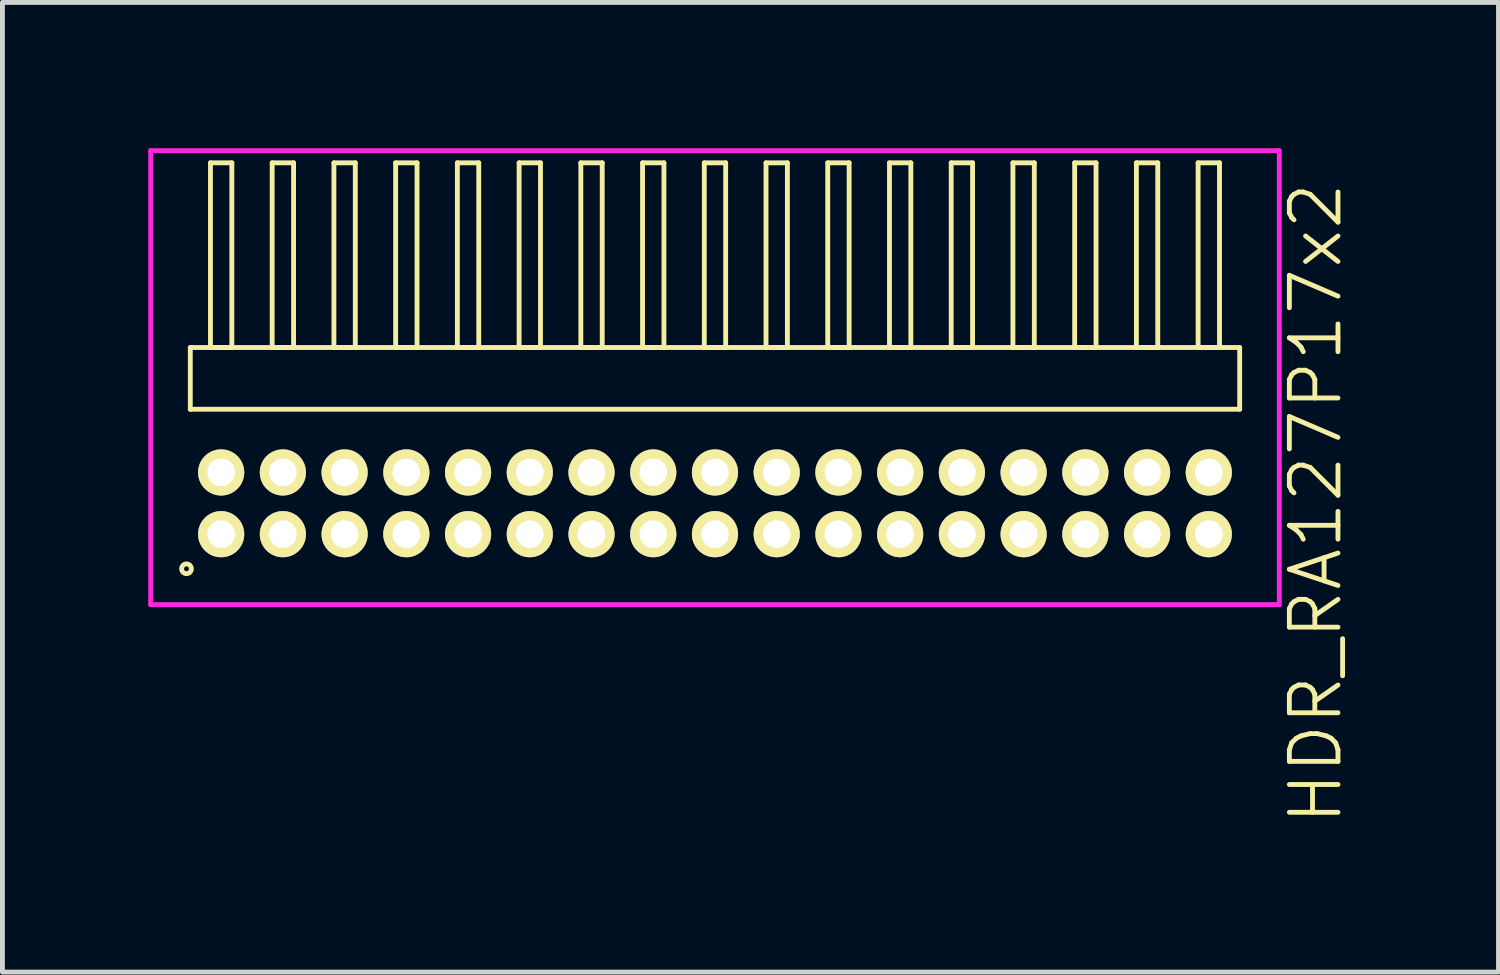
<source format=kicad_pcb>
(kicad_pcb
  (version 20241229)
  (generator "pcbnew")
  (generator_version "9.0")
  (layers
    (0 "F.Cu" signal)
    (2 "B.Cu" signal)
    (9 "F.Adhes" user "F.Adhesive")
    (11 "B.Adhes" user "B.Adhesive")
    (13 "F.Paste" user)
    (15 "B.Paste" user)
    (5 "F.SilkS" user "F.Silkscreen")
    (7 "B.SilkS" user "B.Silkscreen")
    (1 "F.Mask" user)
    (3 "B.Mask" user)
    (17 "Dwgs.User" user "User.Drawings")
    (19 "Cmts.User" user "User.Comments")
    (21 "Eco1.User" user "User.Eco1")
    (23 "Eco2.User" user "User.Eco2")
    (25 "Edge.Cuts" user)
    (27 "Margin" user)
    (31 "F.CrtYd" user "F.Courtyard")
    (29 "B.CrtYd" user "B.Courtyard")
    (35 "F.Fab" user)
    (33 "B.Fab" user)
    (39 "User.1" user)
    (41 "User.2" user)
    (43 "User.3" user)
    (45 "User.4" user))
  (footprint "HDR_RA127P17x2"
    (layer "F.Cu")
    (at 11.66 7.305)
    (property "Reference" "HDR_RA127P17x2" (at 12.36 0 90) (layer "F.SilkS") (effects (font (size 1 1) (thickness 0.1))))
    (attr through_hole)
    (fp_line (start -10.795 -3.205) (end -10.795 -1.935) (stroke (width 0.1) (type solid)) (layer "F.SilkS"))
    (fp_line (start -10.795 -1.935) (end 10.795 -1.935) (stroke (width 0.1) (type solid)) (layer "F.SilkS"))
    (fp_line (start -10.38 -7.005) (end -10.38 -3.205) (stroke (width 0.1) (type solid)) (layer "F.SilkS"))
    (fp_line (start -10.38 -3.205) (end -9.94 -3.205) (stroke (width 0.1) (type solid)) (layer "F.SilkS"))
    (fp_line (start -9.94 -7.005) (end -10.38 -7.005) (stroke (width 0.1) (type solid)) (layer "F.SilkS"))
    (fp_line (start -9.94 -3.205) (end -9.94 -7.005) (stroke (width 0.1) (type solid)) (layer "F.SilkS"))
    (fp_line (start -9.11 -7.005) (end -9.11 -3.205) (stroke (width 0.1) (type solid)) (layer "F.SilkS"))
    (fp_line (start -9.11 -3.205) (end -8.67 -3.205) (stroke (width 0.1) (type solid)) (layer "F.SilkS"))
    (fp_line (start -8.67 -7.005) (end -9.11 -7.005) (stroke (width 0.1) (type solid)) (layer "F.SilkS"))
    (fp_line (start -8.67 -3.205) (end -8.67 -7.005) (stroke (width 0.1) (type solid)) (layer "F.SilkS"))
    (fp_line (start -7.84 -7.005) (end -7.84 -3.205) (stroke (width 0.1) (type solid)) (layer "F.SilkS"))
    (fp_line (start -7.84 -3.205) (end -7.4 -3.205) (stroke (width 0.1) (type solid)) (layer "F.SilkS"))
    (fp_line (start -7.4 -7.005) (end -7.84 -7.005) (stroke (width 0.1) (type solid)) (layer "F.SilkS"))
    (fp_line (start -7.4 -3.205) (end -7.4 -7.005) (stroke (width 0.1) (type solid)) (layer "F.SilkS"))
    (fp_line (start -6.57 -7.005) (end -6.57 -3.205) (stroke (width 0.1) (type solid)) (layer "F.SilkS"))
    (fp_line (start -6.57 -3.205) (end -6.13 -3.205) (stroke (width 0.1) (type solid)) (layer "F.SilkS"))
    (fp_line (start -6.13 -7.005) (end -6.57 -7.005) (stroke (width 0.1) (type solid)) (layer "F.SilkS"))
    (fp_line (start -6.13 -3.205) (end -6.13 -7.005) (stroke (width 0.1) (type solid)) (layer "F.SilkS"))
    (fp_line (start -5.3 -7.005) (end -5.3 -3.205) (stroke (width 0.1) (type solid)) (layer "F.SilkS"))
    (fp_line (start -5.3 -3.205) (end -4.86 -3.205) (stroke (width 0.1) (type solid)) (layer "F.SilkS"))
    (fp_line (start -4.86 -7.005) (end -5.3 -7.005) (stroke (width 0.1) (type solid)) (layer "F.SilkS"))
    (fp_line (start -4.86 -3.205) (end -4.86 -7.005) (stroke (width 0.1) (type solid)) (layer "F.SilkS"))
    (fp_line (start -4.03 -7.005) (end -4.03 -3.205) (stroke (width 0.1) (type solid)) (layer "F.SilkS"))
    (fp_line (start -4.03 -3.205) (end -3.59 -3.205) (stroke (width 0.1) (type solid)) (layer "F.SilkS"))
    (fp_line (start -3.59 -7.005) (end -4.03 -7.005) (stroke (width 0.1) (type solid)) (layer "F.SilkS"))
    (fp_line (start -3.59 -3.205) (end -3.59 -7.005) (stroke (width 0.1) (type solid)) (layer "F.SilkS"))
    (fp_line (start -2.76 -7.005) (end -2.76 -3.205) (stroke (width 0.1) (type solid)) (layer "F.SilkS"))
    (fp_line (start -2.76 -3.205) (end -2.32 -3.205) (stroke (width 0.1) (type solid)) (layer "F.SilkS"))
    (fp_line (start -2.32 -7.005) (end -2.76 -7.005) (stroke (width 0.1) (type solid)) (layer "F.SilkS"))
    (fp_line (start -2.32 -3.205) (end -2.32 -7.005) (stroke (width 0.1) (type solid)) (layer "F.SilkS"))
    (fp_line (start -1.49 -7.005) (end -1.49 -3.205) (stroke (width 0.1) (type solid)) (layer "F.SilkS"))
    (fp_line (start -1.49 -3.205) (end -1.05 -3.205) (stroke (width 0.1) (type solid)) (layer "F.SilkS"))
    (fp_line (start -1.05 -7.005) (end -1.49 -7.005) (stroke (width 0.1) (type solid)) (layer "F.SilkS"))
    (fp_line (start -1.05 -3.205) (end -1.05 -7.005) (stroke (width 0.1) (type solid)) (layer "F.SilkS"))
    (fp_line (start -0.22 -7.005) (end -0.22 -3.205) (stroke (width 0.1) (type solid)) (layer "F.SilkS"))
    (fp_line (start -0.22 -3.205) (end 0.22 -3.205) (stroke (width 0.1) (type solid)) (layer "F.SilkS"))
    (fp_line (start 0.22 -7.005) (end -0.22 -7.005) (stroke (width 0.1) (type solid)) (layer "F.SilkS"))
    (fp_line (start 0.22 -3.205) (end 0.22 -7.005) (stroke (width 0.1) (type solid)) (layer "F.SilkS"))
    (fp_line (start 1.05 -7.005) (end 1.05 -3.205) (stroke (width 0.1) (type solid)) (layer "F.SilkS"))
    (fp_line (start 1.05 -3.205) (end 1.49 -3.205) (stroke (width 0.1) (type solid)) (layer "F.SilkS"))
    (fp_line (start 1.49 -7.005) (end 1.05 -7.005) (stroke (width 0.1) (type solid)) (layer "F.SilkS"))
    (fp_line (start 1.49 -3.205) (end 1.49 -7.005) (stroke (width 0.1) (type solid)) (layer "F.SilkS"))
    (fp_line (start 2.32 -7.005) (end 2.32 -3.205) (stroke (width 0.1) (type solid)) (layer "F.SilkS"))
    (fp_line (start 2.32 -3.205) (end 2.76 -3.205) (stroke (width 0.1) (type solid)) (layer "F.SilkS"))
    (fp_line (start 2.76 -7.005) (end 2.32 -7.005) (stroke (width 0.1) (type solid)) (layer "F.SilkS"))
    (fp_line (start 2.76 -3.205) (end 2.76 -7.005) (stroke (width 0.1) (type solid)) (layer "F.SilkS"))
    (fp_line (start 3.59 -7.005) (end 3.59 -3.205) (stroke (width 0.1) (type solid)) (layer "F.SilkS"))
    (fp_line (start 3.59 -3.205) (end 4.03 -3.205) (stroke (width 0.1) (type solid)) (layer "F.SilkS"))
    (fp_line (start 4.03 -7.005) (end 3.59 -7.005) (stroke (width 0.1) (type solid)) (layer "F.SilkS"))
    (fp_line (start 4.03 -3.205) (end 4.03 -7.005) (stroke (width 0.1) (type solid)) (layer "F.SilkS"))
    (fp_line (start 4.86 -7.005) (end 4.86 -3.205) (stroke (width 0.1) (type solid)) (layer "F.SilkS"))
    (fp_line (start 4.86 -3.205) (end 5.3 -3.205) (stroke (width 0.1) (type solid)) (layer "F.SilkS"))
    (fp_line (start 5.3 -7.005) (end 4.86 -7.005) (stroke (width 0.1) (type solid)) (layer "F.SilkS"))
    (fp_line (start 5.3 -3.205) (end 5.3 -7.005) (stroke (width 0.1) (type solid)) (layer "F.SilkS"))
    (fp_line (start 6.13 -7.005) (end 6.13 -3.205) (stroke (width 0.1) (type solid)) (layer "F.SilkS"))
    (fp_line (start 6.13 -3.205) (end 6.57 -3.205) (stroke (width 0.1) (type solid)) (layer "F.SilkS"))
    (fp_line (start 6.57 -7.005) (end 6.13 -7.005) (stroke (width 0.1) (type solid)) (layer "F.SilkS"))
    (fp_line (start 6.57 -3.205) (end 6.57 -7.005) (stroke (width 0.1) (type solid)) (layer "F.SilkS"))
    (fp_line (start 7.4 -7.005) (end 7.4 -3.205) (stroke (width 0.1) (type solid)) (layer "F.SilkS"))
    (fp_line (start 7.4 -3.205) (end 7.84 -3.205) (stroke (width 0.1) (type solid)) (layer "F.SilkS"))
    (fp_line (start 7.84 -7.005) (end 7.4 -7.005) (stroke (width 0.1) (type solid)) (layer "F.SilkS"))
    (fp_line (start 7.84 -3.205) (end 7.84 -7.005) (stroke (width 0.1) (type solid)) (layer "F.SilkS"))
    (fp_line (start 8.67 -7.005) (end 8.67 -3.205) (stroke (width 0.1) (type solid)) (layer "F.SilkS"))
    (fp_line (start 8.67 -3.205) (end 9.11 -3.205) (stroke (width 0.1) (type solid)) (layer "F.SilkS"))
    (fp_line (start 9.11 -7.005) (end 8.67 -7.005) (stroke (width 0.1) (type solid)) (layer "F.SilkS"))
    (fp_line (start 9.11 -3.205) (end 9.11 -7.005) (stroke (width 0.1) (type solid)) (layer "F.SilkS"))
    (fp_line (start 9.94 -7.005) (end 9.94 -3.205) (stroke (width 0.1) (type solid)) (layer "F.SilkS"))
    (fp_line (start 9.94 -3.205) (end 10.38 -3.205) (stroke (width 0.1) (type solid)) (layer "F.SilkS"))
    (fp_line (start 10.38 -7.005) (end 9.94 -7.005) (stroke (width 0.1) (type solid)) (layer "F.SilkS"))
    (fp_line (start 10.38 -3.205) (end 10.38 -7.005) (stroke (width 0.1) (type solid)) (layer "F.SilkS"))
    (fp_line (start 10.795 -3.205) (end -10.795 -3.205) (stroke (width 0.1) (type solid)) (layer "F.SilkS"))
    (fp_line (start 10.795 -1.935) (end 10.795 -3.205) (stroke (width 0.1) (type solid)) (layer "F.SilkS"))
    (fp_circle (center -10.873 1.347) (end -10.773 1.347) (stroke (width 0.1) (type solid)) (fill no) (layer "F.SilkS"))
    (fp_line (start -11.61 -7.255) (end -11.61 2.085) (stroke (width 0.1) (type solid)) (layer "F.CrtYd"))
    (fp_line (start -11.61 2.085) (end 11.61 2.085) (stroke (width 0.1) (type solid)) (layer "F.CrtYd"))
    (fp_line (start 11.61 -7.255) (end -11.61 -7.255) (stroke (width 0.1) (type solid)) (layer "F.CrtYd"))
    (fp_line (start 11.61 2.085) (end 11.61 -7.255) (stroke (width 0.1) (type solid)) (layer "F.CrtYd"))
    (pad "1" thru_hole oval (at -10.16 0.635) (size 0.95 0.95) (drill 0.57) (layers "*.Cu" "*.Mask" "F.SilkS"))
    (pad "2" thru_hole oval (at -10.16 -0.635) (size 0.95 0.95) (drill 0.57) (layers "*.Cu" "*.Mask" "F.SilkS"))
    (pad "3" thru_hole oval (at -8.89 0.635) (size 0.95 0.95) (drill 0.57) (layers "*.Cu" "*.Mask" "F.SilkS"))
    (pad "4" thru_hole oval (at -8.89 -0.635) (size 0.95 0.95) (drill 0.57) (layers "*.Cu" "*.Mask" "F.SilkS"))
    (pad "5" thru_hole oval (at -7.62 0.635) (size 0.95 0.95) (drill 0.57) (layers "*.Cu" "*.Mask" "F.SilkS"))
    (pad "6" thru_hole oval (at -7.62 -0.635) (size 0.95 0.95) (drill 0.57) (layers "*.Cu" "*.Mask" "F.SilkS"))
    (pad "7" thru_hole oval (at -6.35 0.635) (size 0.95 0.95) (drill 0.57) (layers "*.Cu" "*.Mask" "F.SilkS"))
    (pad "8" thru_hole oval (at -6.35 -0.635) (size 0.95 0.95) (drill 0.57) (layers "*.Cu" "*.Mask" "F.SilkS"))
    (pad "9" thru_hole oval (at -5.08 0.635) (size 0.95 0.95) (drill 0.57) (layers "*.Cu" "*.Mask" "F.SilkS"))
    (pad "10" thru_hole oval (at -5.08 -0.635) (size 0.95 0.95) (drill 0.57) (layers "*.Cu" "*.Mask" "F.SilkS"))
    (pad "11" thru_hole oval (at -3.81 0.635) (size 0.95 0.95) (drill 0.57) (layers "*.Cu" "*.Mask" "F.SilkS"))
    (pad "12" thru_hole oval (at -3.81 -0.635) (size 0.95 0.95) (drill 0.57) (layers "*.Cu" "*.Mask" "F.SilkS"))
    (pad "13" thru_hole oval (at -2.54 0.635) (size 0.95 0.95) (drill 0.57) (layers "*.Cu" "*.Mask" "F.SilkS"))
    (pad "14" thru_hole oval (at -2.54 -0.635) (size 0.95 0.95) (drill 0.57) (layers "*.Cu" "*.Mask" "F.SilkS"))
    (pad "15" thru_hole oval (at -1.27 0.635) (size 0.95 0.95) (drill 0.57) (layers "*.Cu" "*.Mask" "F.SilkS"))
    (pad "16" thru_hole oval (at -1.27 -0.635) (size 0.95 0.95) (drill 0.57) (layers "*.Cu" "*.Mask" "F.SilkS"))
    (pad "17" thru_hole oval (at 0 0.635) (size 0.95 0.95) (drill 0.57) (layers "*.Cu" "*.Mask" "F.SilkS"))
    (pad "18" thru_hole oval (at 0 -0.635) (size 0.95 0.95) (drill 0.57) (layers "*.Cu" "*.Mask" "F.SilkS"))
    (pad "19" thru_hole oval (at 1.27 0.635) (size 0.95 0.95) (drill 0.57) (layers "*.Cu" "*.Mask" "F.SilkS"))
    (pad "20" thru_hole oval (at 1.27 -0.635) (size 0.95 0.95) (drill 0.57) (layers "*.Cu" "*.Mask" "F.SilkS"))
    (pad "21" thru_hole oval (at 2.54 0.635) (size 0.95 0.95) (drill 0.57) (layers "*.Cu" "*.Mask" "F.SilkS"))
    (pad "22" thru_hole oval (at 2.54 -0.635) (size 0.95 0.95) (drill 0.57) (layers "*.Cu" "*.Mask" "F.SilkS"))
    (pad "23" thru_hole oval (at 3.81 0.635) (size 0.95 0.95) (drill 0.57) (layers "*.Cu" "*.Mask" "F.SilkS"))
    (pad "24" thru_hole oval (at 3.81 -0.635) (size 0.95 0.95) (drill 0.57) (layers "*.Cu" "*.Mask" "F.SilkS"))
    (pad "25" thru_hole oval (at 5.08 0.635) (size 0.95 0.95) (drill 0.57) (layers "*.Cu" "*.Mask" "F.SilkS"))
    (pad "26" thru_hole oval (at 5.08 -0.635) (size 0.95 0.95) (drill 0.57) (layers "*.Cu" "*.Mask" "F.SilkS"))
    (pad "27" thru_hole oval (at 6.35 0.635) (size 0.95 0.95) (drill 0.57) (layers "*.Cu" "*.Mask" "F.SilkS"))
    (pad "28" thru_hole oval (at 6.35 -0.635) (size 0.95 0.95) (drill 0.57) (layers "*.Cu" "*.Mask" "F.SilkS"))
    (pad "29" thru_hole oval (at 7.62 0.635) (size 0.95 0.95) (drill 0.57) (layers "*.Cu" "*.Mask" "F.SilkS"))
    (pad "30" thru_hole oval (at 7.62 -0.635) (size 0.95 0.95) (drill 0.57) (layers "*.Cu" "*.Mask" "F.SilkS"))
    (pad "31" thru_hole oval (at 8.89 0.635) (size 0.95 0.95) (drill 0.57) (layers "*.Cu" "*.Mask" "F.SilkS"))
    (pad "32" thru_hole oval (at 8.89 -0.635) (size 0.95 0.95) (drill 0.57) (layers "*.Cu" "*.Mask" "F.SilkS"))
    (pad "33" thru_hole oval (at 10.16 0.635) (size 0.95 0.95) (drill 0.57) (layers "*.Cu" "*.Mask" "F.SilkS"))
    (pad "34" thru_hole oval (at 10.16 -0.635) (size 0.95 0.95) (drill 0.57) (layers "*.Cu" "*.Mask" "F.SilkS")))
  (gr_rect
    (start -3 -3)
    (end 27.78 16.95)
    (stroke (width 0.1) (type default))
    (fill no)
    (layer "Edge.Cuts")))
</source>
